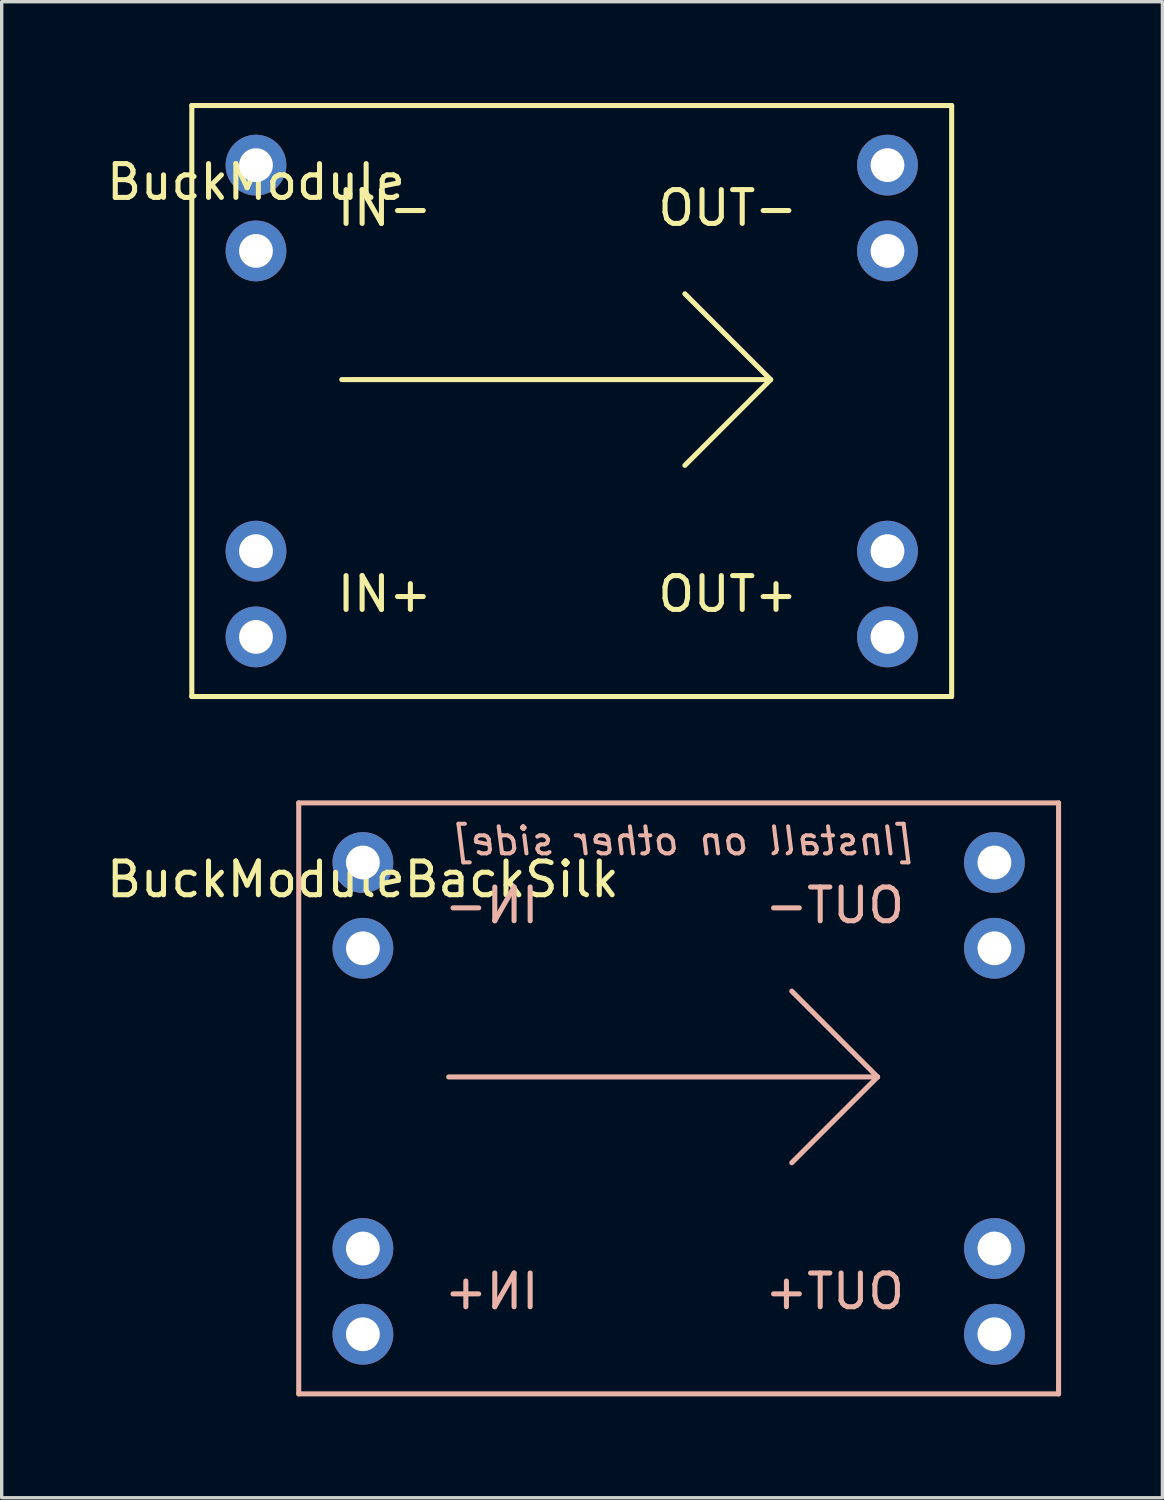
<source format=kicad_pcb>
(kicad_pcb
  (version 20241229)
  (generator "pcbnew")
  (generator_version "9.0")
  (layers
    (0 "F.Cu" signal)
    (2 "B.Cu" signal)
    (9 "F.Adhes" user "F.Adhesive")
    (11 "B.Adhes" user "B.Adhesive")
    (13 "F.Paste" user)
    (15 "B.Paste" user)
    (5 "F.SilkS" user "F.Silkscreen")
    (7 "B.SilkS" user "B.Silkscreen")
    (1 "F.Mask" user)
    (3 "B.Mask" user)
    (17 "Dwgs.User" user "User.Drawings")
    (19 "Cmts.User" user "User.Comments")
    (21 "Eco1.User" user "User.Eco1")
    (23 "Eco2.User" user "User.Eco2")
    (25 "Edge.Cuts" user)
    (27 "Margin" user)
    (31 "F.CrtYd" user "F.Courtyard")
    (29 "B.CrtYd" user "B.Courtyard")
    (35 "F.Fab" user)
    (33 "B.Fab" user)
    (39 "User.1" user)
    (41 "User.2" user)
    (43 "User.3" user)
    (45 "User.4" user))
  (footprint "BuckModule"
    (layer "F.Cu")
    (at 4.53 1.84)
    (property "Reference" "BuckModule" (at 0 0.5 0) (layer "F.SilkS") (effects (font (size 1 1) (thickness 0.15))))
    (attr through_hole)
    (fp_line (start -1.9 -1.765) (end -1.9 15.735) (stroke (width 0.15) (type solid)) (layer "F.SilkS"))
    (fp_line (start -1.9 -1.765) (end 20.6 -1.765) (stroke (width 0.15) (type solid)) (layer "F.SilkS"))
    (fp_line (start -1.9 15.735) (end 20.6 15.735) (stroke (width 0.15) (type solid)) (layer "F.SilkS"))
    (fp_line (start 2.54 6.35) (end 15.24 6.35) (stroke (width 0.15) (type solid)) (layer "F.SilkS"))
    (fp_line (start 15.24 6.35) (end 12.7 3.81) (stroke (width 0.15) (type solid)) (layer "F.SilkS"))
    (fp_line (start 15.24 6.35) (end 12.7 8.89) (stroke (width 0.15) (type solid)) (layer "F.SilkS"))
    (fp_line (start 20.6 -1.765) (end 20.6 15.735) (stroke (width 0.15) (type solid)) (layer "F.SilkS"))
    (fp_text user "IN+" (at 3.81 12.7 0) (layer "F.SilkS") (effects (font (size 1 1) (thickness 0.15))))
    (fp_text user "OUT-" (at 13.97 1.27 0) (layer "F.SilkS") (effects (font (size 1 1) (thickness 0.15))))
    (fp_text user "IN-" (at 3.81 1.27 0) (layer "F.SilkS") (effects (font (size 1 1) (thickness 0.15))))
    (fp_text user "OUT+" (at 13.97 12.7 0) (layer "F.SilkS") (effects (font (size 1 1) (thickness 0.15))))
    (pad "IN" thru_hole circle (at 0 11.43) (size 1.8 1.8) (drill 1) (layers "*.Cu" "*.Mask"))
    (pad "IN" thru_hole circle (at 0 13.97) (size 1.8 1.8) (drill 1) (layers "*.Cu" "*.Mask"))
    (pad "IN_GND" thru_hole circle (at 0 0) (size 1.8 1.8) (drill 1) (layers "*.Cu" "*.Mask"))
    (pad "IN_GND" thru_hole circle (at 0 2.54) (size 1.8 1.8) (drill 1) (layers "*.Cu" "*.Mask"))
    (pad "OUT" thru_hole circle (at 18.7 11.43) (size 1.8 1.8) (drill 1) (layers "*.Cu" "*.Mask"))
    (pad "OUT" thru_hole circle (at 18.7 13.97) (size 1.8 1.8) (drill 1) (layers "*.Cu" "*.Mask"))
    (pad "OUT_GND" thru_hole circle (at 18.7 0) (size 1.8 1.8) (drill 1) (layers "*.Cu" "*.Mask"))
    (pad "OUT_GND" thru_hole circle (at 18.7 2.54) (size 1.8 1.8) (drill 1) (layers "*.Cu" "*.Mask")))
  (footprint "BuckModuleBackSilk"
    (layer "F.Cu")
    (at 7.696 22.49)
    (property "Reference" "BuckModuleBackSilk" (at 0 0.5 180) (layer "F.SilkS") (effects (font (size 1 1) (thickness 0.15))))
    (attr through_hole)
    (fp_line (start -1.9 -1.765) (end -1.9 15.735) (stroke (width 0.15) (type solid)) (layer "B.SilkS"))
    (fp_line (start -1.9 -1.765) (end 20.6 -1.765) (stroke (width 0.15) (type solid)) (layer "B.SilkS"))
    (fp_line (start -1.9 15.735) (end 20.6 15.735) (stroke (width 0.15) (type solid)) (layer "B.SilkS"))
    (fp_line (start 2.54 6.35) (end 15.24 6.35) (stroke (width 0.15) (type solid)) (layer "B.SilkS"))
    (fp_line (start 15.24 6.35) (end 12.7 3.81) (stroke (width 0.15) (type solid)) (layer "B.SilkS"))
    (fp_line (start 15.24 6.35) (end 12.7 8.89) (stroke (width 0.15) (type solid)) (layer "B.SilkS"))
    (fp_line (start 20.6 -1.765) (end 20.6 15.735) (stroke (width 0.15) (type solid)) (layer "B.SilkS"))
    (fp_text user "IN-" (at 3.81 1.27 180) (layer "B.SilkS") (effects (font (size 1 1) (thickness 0.15)) (justify mirror)))
    (fp_text user "IN+" (at 3.81 12.7 180) (layer "B.SilkS") (effects (font (size 1 1) (thickness 0.15)) (justify mirror)))
    (fp_text user "OUT+" (at 13.97 12.7 180) (layer "B.SilkS") (effects (font (size 1 1) (thickness 0.15)) (justify mirror)))
    (fp_text user "OUT-" (at 13.97 1.27 180) (layer "B.SilkS") (effects (font (size 1 1) (thickness 0.15)) (justify mirror)))
    (fp_text user "[Install on other side]" (at 9.525 -0.635 0) (layer "B.SilkS") (effects (font (size 0.8 0.8) (thickness 0.12) (italic yes)) (justify mirror)))
    (pad "IN" thru_hole circle (at 0 11.43) (size 1.8 1.8) (drill 1) (layers "*.Cu" "*.Mask"))
    (pad "IN" thru_hole circle (at 0 13.97) (size 1.8 1.8) (drill 1) (layers "*.Cu" "*.Mask"))
    (pad "IN_GND" thru_hole circle (at 0 0) (size 1.8 1.8) (drill 1) (layers "*.Cu" "*.Mask"))
    (pad "IN_GND" thru_hole circle (at 0 2.54) (size 1.8 1.8) (drill 1) (layers "*.Cu" "*.Mask"))
    (pad "OUT" thru_hole circle (at 18.7 11.43) (size 1.8 1.8) (drill 1) (layers "*.Cu" "*.Mask"))
    (pad "OUT" thru_hole circle (at 18.7 13.97) (size 1.8 1.8) (drill 1) (layers "*.Cu" "*.Mask"))
    (pad "OUT_GND" thru_hole circle (at 18.7 0) (size 1.8 1.8) (drill 1) (layers "*.Cu" "*.Mask"))
    (pad "OUT_GND" thru_hole circle (at 18.7 2.54) (size 1.8 1.8) (drill 1) (layers "*.Cu" "*.Mask")))
  (gr_rect
    (start -3 -3)
    (end 31.371 41.3)
    (stroke (width 0.1) (type default))
    (fill no)
    (layer "Edge.Cuts")))
</source>
